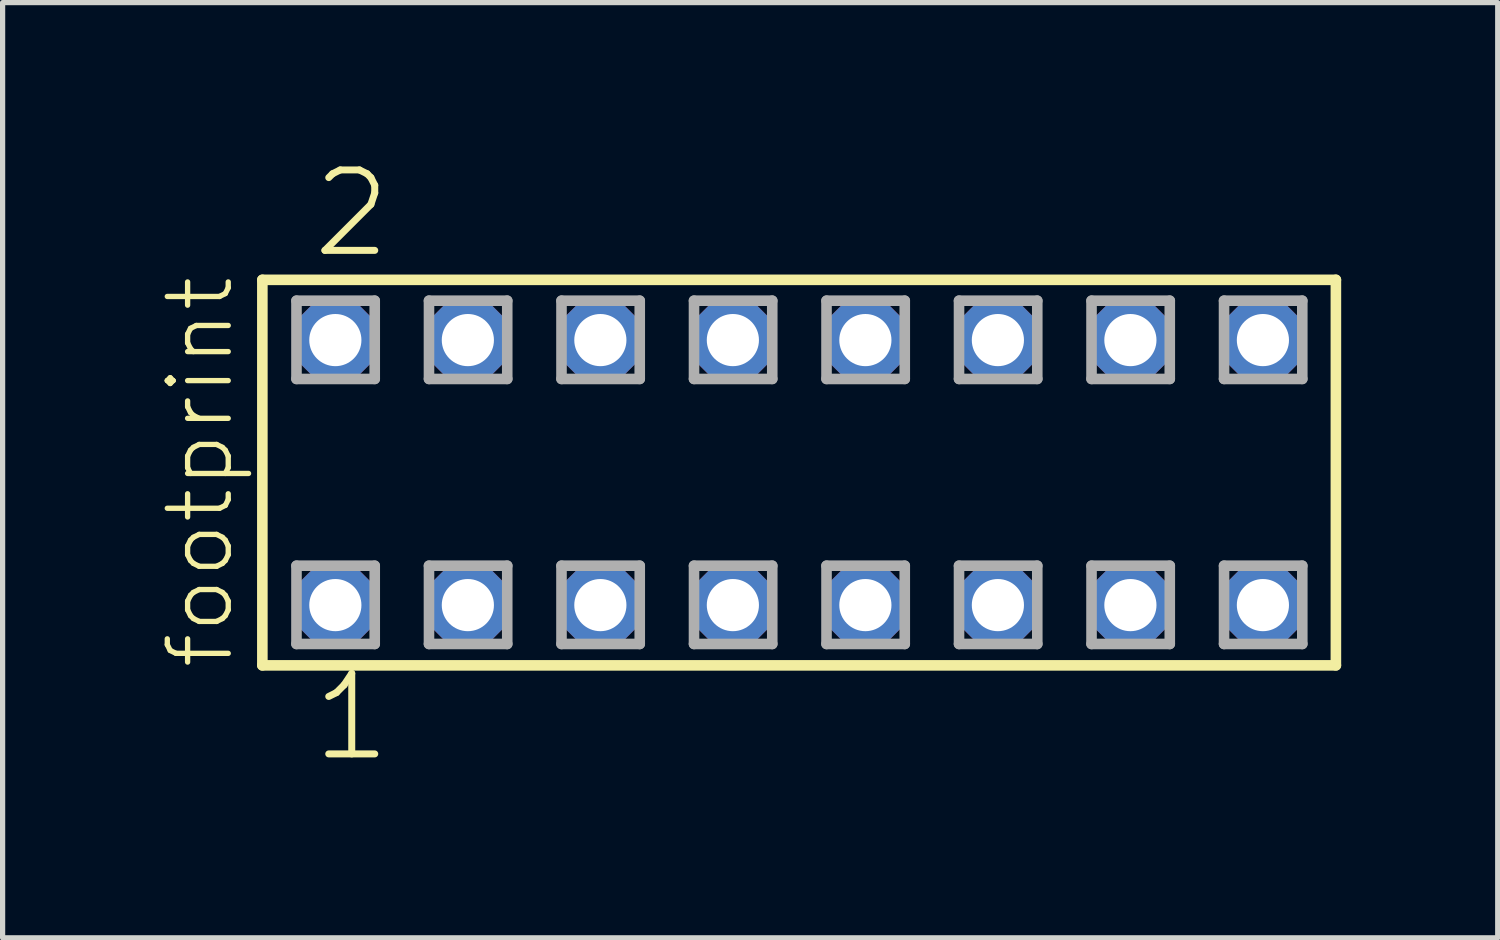
<source format=kicad_pcb>
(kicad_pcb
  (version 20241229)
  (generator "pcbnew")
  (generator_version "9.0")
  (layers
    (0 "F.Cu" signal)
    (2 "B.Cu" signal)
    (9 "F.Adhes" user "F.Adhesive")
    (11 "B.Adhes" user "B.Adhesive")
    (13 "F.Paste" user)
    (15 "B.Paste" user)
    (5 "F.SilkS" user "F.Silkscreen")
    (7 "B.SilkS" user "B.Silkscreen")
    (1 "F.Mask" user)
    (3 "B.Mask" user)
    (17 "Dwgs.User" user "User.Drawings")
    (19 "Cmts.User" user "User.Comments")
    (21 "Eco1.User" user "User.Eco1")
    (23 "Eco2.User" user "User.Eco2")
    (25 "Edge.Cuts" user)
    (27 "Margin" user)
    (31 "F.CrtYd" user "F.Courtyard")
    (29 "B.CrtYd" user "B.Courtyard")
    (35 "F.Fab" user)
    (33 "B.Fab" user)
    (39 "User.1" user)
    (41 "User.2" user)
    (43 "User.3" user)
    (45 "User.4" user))
  (footprint "footprint"
    (layer "F.Cu")
    (at 12.268 6.009)
    (property "Reference" "footprint" (at -10.795 3.81 90) (layer "F.SilkS") (effects (font (size 1.168 1.168) (thickness 0.102)) (justify left bottom)))
    (fp_line (start -10.289 -3.695) (end 10.289 -3.695) (stroke (width 0.203) (type solid)) (layer "F.SilkS"))
    (fp_line (start -10.289 3.695) (end -10.289 -3.695) (stroke (width 0.203) (type solid)) (layer "F.SilkS"))
    (fp_line (start 10.289 -3.695) (end 10.289 3.695) (stroke (width 0.203) (type solid)) (layer "F.SilkS"))
    (fp_line (start 10.289 3.695) (end -10.289 3.695) (stroke (width 0.203) (type solid)) (layer "F.SilkS"))
    (fp_line (start -9.635 -3.295) (end -8.135 -3.295) (stroke (width 0.203) (type solid)) (layer "F.Fab"))
    (fp_line (start -9.635 -1.795) (end -9.635 -3.295) (stroke (width 0.203) (type solid)) (layer "F.Fab"))
    (fp_line (start -9.635 1.785) (end -8.135 1.785) (stroke (width 0.203) (type solid)) (layer "F.Fab"))
    (fp_line (start -9.635 3.285) (end -9.635 1.785) (stroke (width 0.203) (type solid)) (layer "F.Fab"))
    (fp_line (start -8.135 -3.295) (end -8.135 -1.795) (stroke (width 0.203) (type solid)) (layer "F.Fab"))
    (fp_line (start -8.135 -1.795) (end -9.635 -1.795) (stroke (width 0.203) (type solid)) (layer "F.Fab"))
    (fp_line (start -8.135 1.785) (end -8.135 3.285) (stroke (width 0.203) (type solid)) (layer "F.Fab"))
    (fp_line (start -8.135 3.285) (end -9.635 3.285) (stroke (width 0.203) (type solid)) (layer "F.Fab"))
    (fp_line (start -7.095 -3.295) (end -5.595 -3.295) (stroke (width 0.203) (type solid)) (layer "F.Fab"))
    (fp_line (start -7.095 -1.795) (end -7.095 -3.295) (stroke (width 0.203) (type solid)) (layer "F.Fab"))
    (fp_line (start -7.095 1.785) (end -5.595 1.785) (stroke (width 0.203) (type solid)) (layer "F.Fab"))
    (fp_line (start -7.095 3.285) (end -7.095 1.785) (stroke (width 0.203) (type solid)) (layer "F.Fab"))
    (fp_line (start -5.595 -3.295) (end -5.595 -1.795) (stroke (width 0.203) (type solid)) (layer "F.Fab"))
    (fp_line (start -5.595 -1.795) (end -7.095 -1.795) (stroke (width 0.203) (type solid)) (layer "F.Fab"))
    (fp_line (start -5.595 1.785) (end -5.595 3.285) (stroke (width 0.203) (type solid)) (layer "F.Fab"))
    (fp_line (start -5.595 3.285) (end -7.095 3.285) (stroke (width 0.203) (type solid)) (layer "F.Fab"))
    (fp_line (start -4.555 -3.295) (end -3.055 -3.295) (stroke (width 0.203) (type solid)) (layer "F.Fab"))
    (fp_line (start -4.555 -1.795) (end -4.555 -3.295) (stroke (width 0.203) (type solid)) (layer "F.Fab"))
    (fp_line (start -4.555 1.785) (end -3.055 1.785) (stroke (width 0.203) (type solid)) (layer "F.Fab"))
    (fp_line (start -4.555 3.285) (end -4.555 1.785) (stroke (width 0.203) (type solid)) (layer "F.Fab"))
    (fp_line (start -3.055 -3.295) (end -3.055 -1.795) (stroke (width 0.203) (type solid)) (layer "F.Fab"))
    (fp_line (start -3.055 -1.795) (end -4.555 -1.795) (stroke (width 0.203) (type solid)) (layer "F.Fab"))
    (fp_line (start -3.055 1.785) (end -3.055 3.285) (stroke (width 0.203) (type solid)) (layer "F.Fab"))
    (fp_line (start -3.055 3.285) (end -4.555 3.285) (stroke (width 0.203) (type solid)) (layer "F.Fab"))
    (fp_line (start -2.015 -3.295) (end -0.515 -3.295) (stroke (width 0.203) (type solid)) (layer "F.Fab"))
    (fp_line (start -2.015 -1.795) (end -2.015 -3.295) (stroke (width 0.203) (type solid)) (layer "F.Fab"))
    (fp_line (start -2.015 1.785) (end -0.515 1.785) (stroke (width 0.203) (type solid)) (layer "F.Fab"))
    (fp_line (start -2.015 3.285) (end -2.015 1.785) (stroke (width 0.203) (type solid)) (layer "F.Fab"))
    (fp_line (start -0.515 -3.295) (end -0.515 -1.795) (stroke (width 0.203) (type solid)) (layer "F.Fab"))
    (fp_line (start -0.515 -1.795) (end -2.015 -1.795) (stroke (width 0.203) (type solid)) (layer "F.Fab"))
    (fp_line (start -0.515 1.785) (end -0.515 3.285) (stroke (width 0.203) (type solid)) (layer "F.Fab"))
    (fp_line (start -0.515 3.285) (end -2.015 3.285) (stroke (width 0.203) (type solid)) (layer "F.Fab"))
    (fp_line (start 0.525 -3.295) (end 2.025 -3.295) (stroke (width 0.203) (type solid)) (layer "F.Fab"))
    (fp_line (start 0.525 -1.795) (end 0.525 -3.295) (stroke (width 0.203) (type solid)) (layer "F.Fab"))
    (fp_line (start 0.525 1.785) (end 2.025 1.785) (stroke (width 0.203) (type solid)) (layer "F.Fab"))
    (fp_line (start 0.525 3.285) (end 0.525 1.785) (stroke (width 0.203) (type solid)) (layer "F.Fab"))
    (fp_line (start 2.025 -3.295) (end 2.025 -1.795) (stroke (width 0.203) (type solid)) (layer "F.Fab"))
    (fp_line (start 2.025 -1.795) (end 0.525 -1.795) (stroke (width 0.203) (type solid)) (layer "F.Fab"))
    (fp_line (start 2.025 1.785) (end 2.025 3.285) (stroke (width 0.203) (type solid)) (layer "F.Fab"))
    (fp_line (start 2.025 3.285) (end 0.525 3.285) (stroke (width 0.203) (type solid)) (layer "F.Fab"))
    (fp_line (start 3.065 -3.295) (end 4.565 -3.295) (stroke (width 0.203) (type solid)) (layer "F.Fab"))
    (fp_line (start 3.065 -1.795) (end 3.065 -3.295) (stroke (width 0.203) (type solid)) (layer "F.Fab"))
    (fp_line (start 3.065 1.785) (end 4.565 1.785) (stroke (width 0.203) (type solid)) (layer "F.Fab"))
    (fp_line (start 3.065 3.285) (end 3.065 1.785) (stroke (width 0.203) (type solid)) (layer "F.Fab"))
    (fp_line (start 4.565 -3.295) (end 4.565 -1.795) (stroke (width 0.203) (type solid)) (layer "F.Fab"))
    (fp_line (start 4.565 -1.795) (end 3.065 -1.795) (stroke (width 0.203) (type solid)) (layer "F.Fab"))
    (fp_line (start 4.565 1.785) (end 4.565 3.285) (stroke (width 0.203) (type solid)) (layer "F.Fab"))
    (fp_line (start 4.565 3.285) (end 3.065 3.285) (stroke (width 0.203) (type solid)) (layer "F.Fab"))
    (fp_line (start 5.605 -3.295) (end 7.105 -3.295) (stroke (width 0.203) (type solid)) (layer "F.Fab"))
    (fp_line (start 5.605 -1.795) (end 5.605 -3.295) (stroke (width 0.203) (type solid)) (layer "F.Fab"))
    (fp_line (start 5.605 1.785) (end 7.105 1.785) (stroke (width 0.203) (type solid)) (layer "F.Fab"))
    (fp_line (start 5.605 3.285) (end 5.605 1.785) (stroke (width 0.203) (type solid)) (layer "F.Fab"))
    (fp_line (start 7.105 -3.295) (end 7.105 -1.795) (stroke (width 0.203) (type solid)) (layer "F.Fab"))
    (fp_line (start 7.105 -1.795) (end 5.605 -1.795) (stroke (width 0.203) (type solid)) (layer "F.Fab"))
    (fp_line (start 7.105 1.785) (end 7.105 3.285) (stroke (width 0.203) (type solid)) (layer "F.Fab"))
    (fp_line (start 7.105 3.285) (end 5.605 3.285) (stroke (width 0.203) (type solid)) (layer "F.Fab"))
    (fp_line (start 8.145 -3.295) (end 9.645 -3.295) (stroke (width 0.203) (type solid)) (layer "F.Fab"))
    (fp_line (start 8.145 -1.795) (end 8.145 -3.295) (stroke (width 0.203) (type solid)) (layer "F.Fab"))
    (fp_line (start 8.145 1.785) (end 9.645 1.785) (stroke (width 0.203) (type solid)) (layer "F.Fab"))
    (fp_line (start 8.145 3.285) (end 8.145 1.785) (stroke (width 0.203) (type solid)) (layer "F.Fab"))
    (fp_line (start 9.645 -3.295) (end 9.645 -1.795) (stroke (width 0.203) (type solid)) (layer "F.Fab"))
    (fp_line (start 9.645 -1.795) (end 8.145 -1.795) (stroke (width 0.203) (type solid)) (layer "F.Fab"))
    (fp_line (start 9.645 1.785) (end 9.645 3.285) (stroke (width 0.203) (type solid)) (layer "F.Fab"))
    (fp_line (start 9.645 3.285) (end 8.145 3.285) (stroke (width 0.203) (type solid)) (layer "F.Fab"))
    (fp_text user "1" (at -9.398 5.588 0) (layer "F.SilkS") (effects (font (size 1.542 1.542) (thickness 0.134)) (justify left bottom)))
    (fp_text user "2" (at -9.398 -4.064 0) (layer "F.SilkS") (effects (font (size 1.542 1.542) (thickness 0.134)) (justify left bottom)))
    (pad "1" thru_hole roundrect (at -8.89 2.54) (size 1.5 1.5) (drill 1) (layers "*.Cu" "*.Mask") (roundrect_rratio 0.25) (chamfer_ratio 0.25) (chamfer top_left top_right bottom_left bottom_right))
    (pad "2" thru_hole roundrect (at -8.89 -2.54) (size 1.5 1.5) (drill 1) (layers "*.Cu" "*.Mask") (roundrect_rratio 0.25) (chamfer_ratio 0.25) (chamfer top_left top_right bottom_left bottom_right))
    (pad "3" thru_hole roundrect (at -6.35 2.54) (size 1.5 1.5) (drill 1) (layers "*.Cu" "*.Mask") (roundrect_rratio 0.25) (chamfer_ratio 0.25) (chamfer top_left top_right bottom_left bottom_right))
    (pad "4" thru_hole roundrect (at -6.35 -2.54) (size 1.5 1.5) (drill 1) (layers "*.Cu" "*.Mask") (roundrect_rratio 0.25) (chamfer_ratio 0.25) (chamfer top_left top_right bottom_left bottom_right))
    (pad "5" thru_hole roundrect (at -3.81 2.54) (size 1.5 1.5) (drill 1) (layers "*.Cu" "*.Mask") (roundrect_rratio 0.25) (chamfer_ratio 0.25) (chamfer top_left top_right bottom_left bottom_right))
    (pad "6" thru_hole roundrect (at -3.81 -2.54) (size 1.5 1.5) (drill 1) (layers "*.Cu" "*.Mask") (roundrect_rratio 0.25) (chamfer_ratio 0.25) (chamfer top_left top_right bottom_left bottom_right))
    (pad "7" thru_hole roundrect (at -1.27 2.54) (size 1.5 1.5) (drill 1) (layers "*.Cu" "*.Mask") (roundrect_rratio 0.25) (chamfer_ratio 0.25) (chamfer top_left top_right bottom_left bottom_right))
    (pad "8" thru_hole roundrect (at -1.27 -2.54) (size 1.5 1.5) (drill 1) (layers "*.Cu" "*.Mask") (roundrect_rratio 0.25) (chamfer_ratio 0.25) (chamfer top_left top_right bottom_left bottom_right))
    (pad "9" thru_hole roundrect (at 1.27 2.54) (size 1.5 1.5) (drill 1) (layers "*.Cu" "*.Mask") (roundrect_rratio 0.25) (chamfer_ratio 0.25) (chamfer top_left top_right bottom_left bottom_right))
    (pad "10" thru_hole roundrect (at 1.27 -2.54) (size 1.5 1.5) (drill 1) (layers "*.Cu" "*.Mask") (roundrect_rratio 0.25) (chamfer_ratio 0.25) (chamfer top_left top_right bottom_left bottom_right))
    (pad "11" thru_hole roundrect (at 3.81 2.54) (size 1.5 1.5) (drill 1) (layers "*.Cu" "*.Mask") (roundrect_rratio 0.25) (chamfer_ratio 0.25) (chamfer top_left top_right bottom_left bottom_right))
    (pad "12" thru_hole roundrect (at 3.81 -2.54) (size 1.5 1.5) (drill 1) (layers "*.Cu" "*.Mask") (roundrect_rratio 0.25) (chamfer_ratio 0.25) (chamfer top_left top_right bottom_left bottom_right))
    (pad "13" thru_hole roundrect (at 6.35 2.54) (size 1.5 1.5) (drill 1) (layers "*.Cu" "*.Mask") (roundrect_rratio 0.25) (chamfer_ratio 0.25) (chamfer top_left top_right bottom_left bottom_right))
    (pad "14" thru_hole roundrect (at 6.35 -2.54) (size 1.5 1.5) (drill 1) (layers "*.Cu" "*.Mask") (roundrect_rratio 0.25) (chamfer_ratio 0.25) (chamfer top_left top_right bottom_left bottom_right))
    (pad "15" thru_hole roundrect (at 8.89 2.54) (size 1.5 1.5) (drill 1) (layers "*.Cu" "*.Mask") (roundrect_rratio 0.25) (chamfer_ratio 0.25) (chamfer top_left top_right bottom_left bottom_right))
    (pad "16" thru_hole roundrect (at 8.89 -2.54) (size 1.5 1.5) (drill 1) (layers "*.Cu" "*.Mask") (roundrect_rratio 0.25) (chamfer_ratio 0.25) (chamfer top_left top_right bottom_left bottom_right)))
  (gr_rect
    (start -3 -3)
    (end 25.659 14.927)
    (stroke (width 0.1) (type default))
    (fill no)
    (layer "Edge.Cuts")))
</source>
